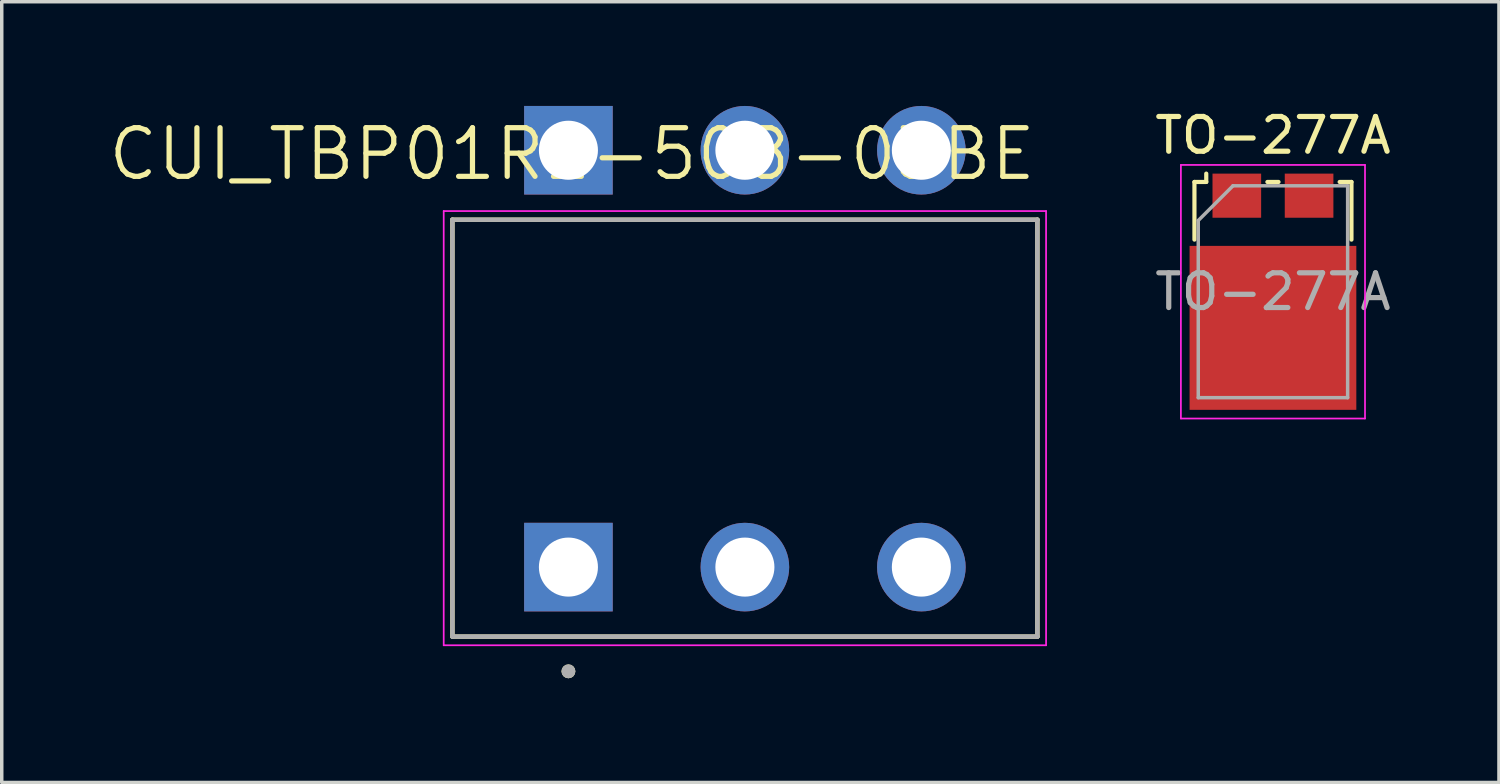
<source format=kicad_pcb>
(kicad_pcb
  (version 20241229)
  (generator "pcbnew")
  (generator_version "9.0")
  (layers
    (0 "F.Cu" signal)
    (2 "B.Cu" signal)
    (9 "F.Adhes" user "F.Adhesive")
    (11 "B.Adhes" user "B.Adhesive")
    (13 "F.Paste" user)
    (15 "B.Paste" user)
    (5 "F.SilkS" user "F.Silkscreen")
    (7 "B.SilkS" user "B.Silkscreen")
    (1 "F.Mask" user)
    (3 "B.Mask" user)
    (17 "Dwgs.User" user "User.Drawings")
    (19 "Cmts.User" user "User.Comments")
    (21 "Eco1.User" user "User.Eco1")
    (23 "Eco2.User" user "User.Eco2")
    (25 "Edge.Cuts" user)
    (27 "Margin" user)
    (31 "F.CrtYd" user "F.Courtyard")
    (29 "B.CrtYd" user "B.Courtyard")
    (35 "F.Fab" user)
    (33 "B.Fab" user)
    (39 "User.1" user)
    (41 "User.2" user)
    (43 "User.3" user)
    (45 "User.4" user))
  (footprint "TO-277A"
    (layer "F.Cu")
    (at 33.594 5.348)
    (property "Reference" "TO-277A" (at 0 -4.5 180) (layer "F.SilkS") (effects (font (size 1 1) (thickness 0.15))))
    (attr smd)
    (fp_line (start -2.26 -3.16) (end -2.26 -1.5) (stroke (width 0.12) (type solid)) (layer "F.SilkS"))
    (fp_line (start -1.92 -3.4) (end -1.92 -3.16) (stroke (width 0.12) (type solid)) (layer "F.SilkS"))
    (fp_line (start -1.92 -3.16) (end -2.26 -3.16) (stroke (width 0.12) (type solid)) (layer "F.SilkS"))
    (fp_line (start -0.16 -3.16) (end 0.16 -3.16) (stroke (width 0.12) (type solid)) (layer "F.SilkS"))
    (fp_line (start 2.26 -3.16) (end 1.92 -3.16) (stroke (width 0.12) (type solid)) (layer "F.SilkS"))
    (fp_line (start 2.26 -1.5) (end 2.26 -3.16) (stroke (width 0.12) (type solid)) (layer "F.SilkS"))
    (fp_line (start -2.65 -3.65) (end -2.65 3.65) (stroke (width 0.05) (type solid)) (layer "F.CrtYd"))
    (fp_line (start -2.65 -3.65) (end 2.65 -3.65) (stroke (width 0.05) (type solid)) (layer "F.CrtYd"))
    (fp_line (start 2.65 3.65) (end -2.65 3.65) (stroke (width 0.05) (type solid)) (layer "F.CrtYd"))
    (fp_line (start 2.65 3.65) (end 2.65 -3.65) (stroke (width 0.05) (type solid)) (layer "F.CrtYd"))
    (fp_line (start -2.15 -2.05) (end -2.15 3.05) (stroke (width 0.1) (type solid)) (layer "F.Fab"))
    (fp_line (start -2.15 3.05) (end 2.15 3.05) (stroke (width 0.1) (type solid)) (layer "F.Fab"))
    (fp_line (start -1.15 -3.05) (end -2.15 -2.05) (stroke (width 0.1) (type solid)) (layer "F.Fab"))
    (fp_line (start 2.15 -3.05) (end -1.15 -3.05) (stroke (width 0.1) (type solid)) (layer "F.Fab"))
    (fp_line (start 2.15 3.05) (end 2.15 -3.05) (stroke (width 0.1) (type solid)) (layer "F.Fab"))
    (fp_text user "${REFERENCE}" (at 0 0 0) (layer "F.Fab") (effects (font (size 1 1) (thickness 0.15))))
    (pad "" smd rect (at -1.7 -0.65 180) (size 1.25 1.2) (layers "F.Paste"))
    (pad "" smd rect (at -1.7 1.04) (size 1.25 1.2) (layers "F.Paste"))
    (pad "" smd rect (at -1.7 2.7) (size 1.25 1.2) (layers "F.Paste"))
    (pad "" smd rect (at 0 1.04) (size 1.25 1.2) (layers "F.Paste"))
    (pad "" smd rect (at 0 2.7) (size 1.25 1.2) (layers "F.Paste"))
    (pad "" smd rect (at 1.7 -0.65) (size 1.25 1.2) (layers "F.Paste"))
    (pad "" smd rect (at 1.7 1.04) (size 1.25 1.2) (layers "F.Paste"))
    (pad "" smd rect (at 1.7 2.7) (size 1.25 1.2) (layers "F.Paste"))
    (pad "1" smd rect (at 0 1.04) (size 4.8 4.72) (layers "F.Cu" "F.Mask"))
    (pad "2" smd rect (at -1.04 -2.765) (size 1.4 1.27) (layers "F.Cu" "F.Mask" "F.Paste"))
    (pad "2" smd rect (at 1.04 -2.765) (size 1.4 1.27) (layers "F.Cu" "F.Mask" "F.Paste")))
  (footprint "CUI_TBP01R1-508-03BE"
    (layer "F.Cu")
    (at 13.313 13.275)
    (property "Reference" "CUI_TBP01R1-508-03BE" (at 0.105 -11.889 0) (layer "F.SilkS") (effects (font (size 1.4 1.4) (thickness 0.15))))
    (attr through_hole)
    (fp_line (start -3.34 -10) (end 13.5 -10) (stroke (width 0.127) (type solid)) (layer "F.SilkS"))
    (fp_line (start -3.34 2) (end -3.34 -10) (stroke (width 0.127) (type solid)) (layer "F.SilkS"))
    (fp_line (start 13.5 -10) (end 13.5 2) (stroke (width 0.127) (type solid)) (layer "F.SilkS"))
    (fp_line (start 13.5 2) (end -3.34 2) (stroke (width 0.127) (type solid)) (layer "F.SilkS"))
    (fp_circle (center 0 3) (end 0.1 3) (stroke (width 0.2) (type solid)) (fill no) (layer "F.SilkS"))
    (fp_line (start -3.59 -10.25) (end 13.75 -10.25) (stroke (width 0.05) (type solid)) (layer "F.CrtYd"))
    (fp_line (start -3.59 2.25) (end -3.59 -10.25) (stroke (width 0.05) (type solid)) (layer "F.CrtYd"))
    (fp_line (start 13.75 -10.25) (end 13.75 2.25) (stroke (width 0.05) (type solid)) (layer "F.CrtYd"))
    (fp_line (start 13.75 2.25) (end -3.59 2.25) (stroke (width 0.05) (type solid)) (layer "F.CrtYd"))
    (fp_line (start -3.34 -10) (end 13.5 -10) (stroke (width 0.127) (type solid)) (layer "F.Fab"))
    (fp_line (start -3.34 2) (end -3.34 -10) (stroke (width 0.127) (type solid)) (layer "F.Fab"))
    (fp_line (start 13.5 -10) (end 13.5 2) (stroke (width 0.127) (type solid)) (layer "F.Fab"))
    (fp_line (start 13.5 2) (end -3.34 2) (stroke (width 0.127) (type solid)) (layer "F.Fab"))
    (fp_circle (center 0 3) (end 0.1 3) (stroke (width 0.2) (type solid)) (fill no) (layer "F.Fab"))
    (pad "1" thru_hole rect (at 0 -12) (size 2.55 2.55) (drill 1.7) (layers "*.Cu" "*.Mask"))
    (pad "1" thru_hole rect (at 0 0) (size 2.55 2.55) (drill 1.7) (layers "*.Cu" "*.Mask"))
    (pad "2" thru_hole circle (at 5.08 -12) (size 2.55 2.55) (drill 1.7) (layers "*.Cu" "*.Mask"))
    (pad "2" thru_hole circle (at 5.08 0) (size 2.55 2.55) (drill 1.7) (layers "*.Cu" "*.Mask"))
    (pad "3" thru_hole circle (at 10.16 -12) (size 2.55 2.55) (drill 1.7) (layers "*.Cu" "*.Mask"))
    (pad "3" thru_hole circle (at 10.16 0) (size 2.55 2.55) (drill 1.7) (layers "*.Cu" "*.Mask")))
  (gr_rect
    (start -3 -3)
    (end 40.1 19.475)
    (stroke (width 0.1) (type default))
    (fill no)
    (layer "Edge.Cuts")))
</source>
